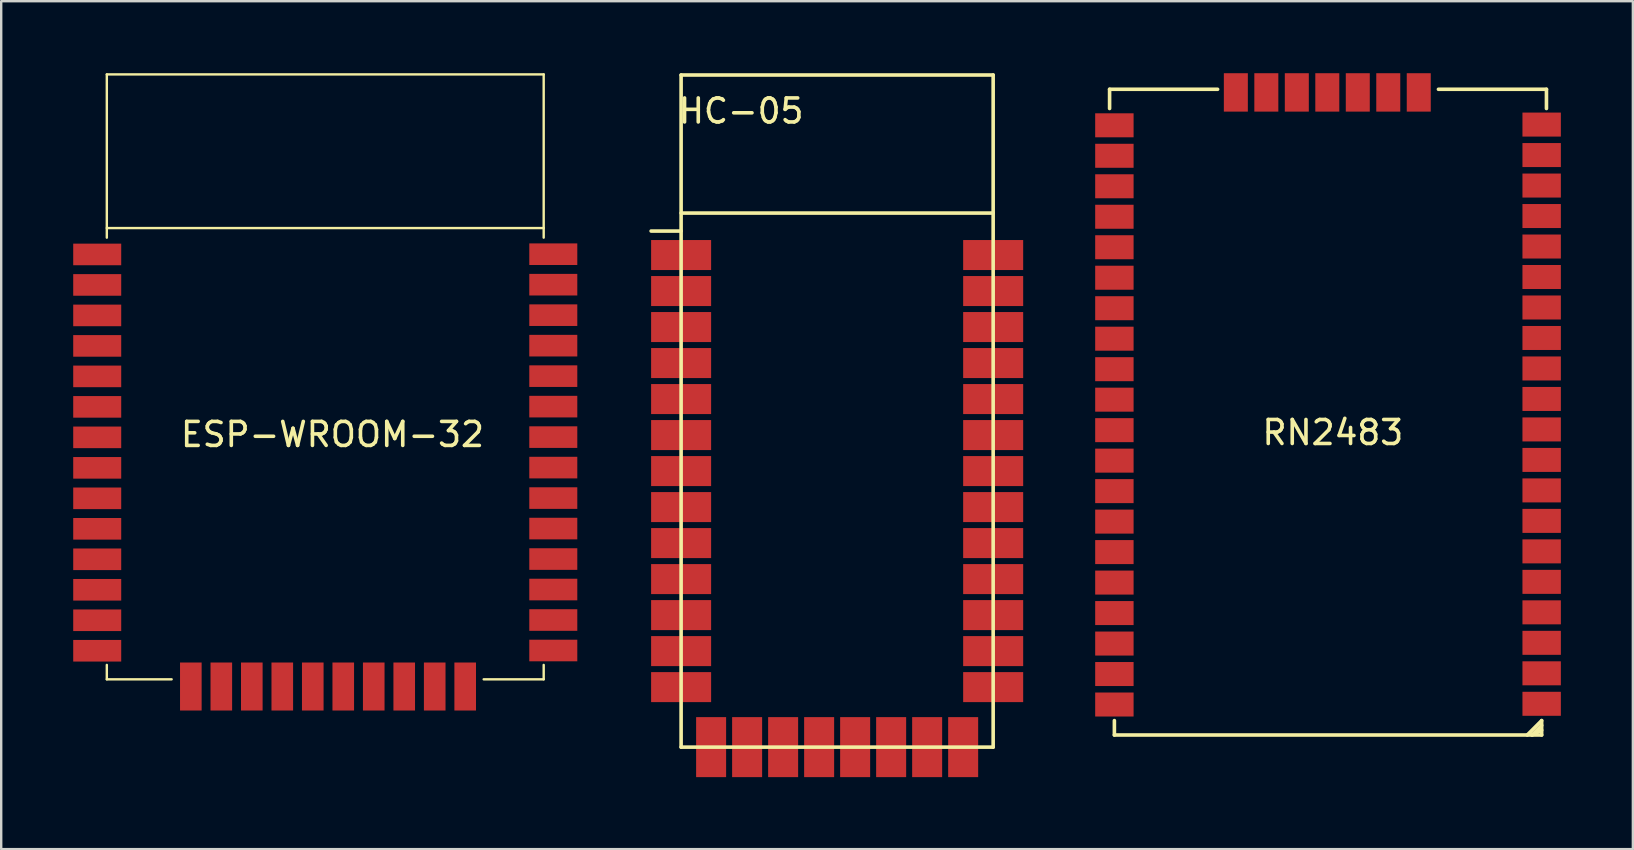
<source format=kicad_pcb>
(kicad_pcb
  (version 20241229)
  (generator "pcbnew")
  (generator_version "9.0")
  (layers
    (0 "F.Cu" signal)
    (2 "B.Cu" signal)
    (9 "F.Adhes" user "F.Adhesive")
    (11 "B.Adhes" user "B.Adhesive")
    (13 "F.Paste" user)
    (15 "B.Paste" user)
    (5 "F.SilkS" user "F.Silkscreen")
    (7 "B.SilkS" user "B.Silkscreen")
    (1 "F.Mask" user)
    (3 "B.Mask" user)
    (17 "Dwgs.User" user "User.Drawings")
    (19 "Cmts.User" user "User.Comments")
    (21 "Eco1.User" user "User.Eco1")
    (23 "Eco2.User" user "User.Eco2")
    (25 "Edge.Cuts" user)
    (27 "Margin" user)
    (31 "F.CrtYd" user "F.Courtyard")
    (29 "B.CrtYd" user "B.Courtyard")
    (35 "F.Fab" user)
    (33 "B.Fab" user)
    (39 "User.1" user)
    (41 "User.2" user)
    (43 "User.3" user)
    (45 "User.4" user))
  (footprint "ESP-WROOM-32"
    (layer "F.Cu")
    (at 10.6 14.95)
    (property "Reference" "ESP-WROOM-32" (at 0.2 0.1 0) (layer "F.SilkS") (effects (font (size 1 1) (thickness 0.15))))
    (attr through_hole)
    (fp_line (start -9.2 -14.9) (end 9 -14.9) (stroke (width 0.1) (type solid)) (layer "F.SilkS"))
    (fp_line (start -9.2 -8.5) (end 9 -8.5) (stroke (width 0.1) (type solid)) (layer "F.SilkS"))
    (fp_line (start -9.2 -8.099) (end -9.2 -14.9) (stroke (width 0.1) (type solid)) (layer "F.SilkS"))
    (fp_line (start -9.2 9.7) (end -9.2 10.3) (stroke (width 0.1) (type solid)) (layer "F.SilkS"))
    (fp_line (start -9.2 10.3) (end -6.5 10.3) (stroke (width 0.1) (type solid)) (layer "F.SilkS"))
    (fp_line (start 9 -14.9) (end 9 -8.1) (stroke (width 0.1) (type solid)) (layer "F.SilkS"))
    (fp_line (start 9 9.7) (end 9 10.3) (stroke (width 0.1) (type solid)) (layer "F.SilkS"))
    (fp_line (start 9 10.3) (end 6.5 10.3) (stroke (width 0.1) (type solid)) (layer "F.SilkS"))
    (pad "1" smd rect (at -9.6 -7.4) (size 2 0.9) (layers "F.Cu" "F.Mask" "F.Paste"))
    (pad "2" smd rect (at -9.6 -6.13) (size 2 0.9) (layers "F.Cu" "F.Mask" "F.Paste"))
    (pad "3" smd rect (at -9.6 -4.86) (size 2 0.9) (layers "F.Cu" "F.Mask" "F.Paste"))
    (pad "4" smd rect (at -9.6 -3.59) (size 2 0.9) (layers "F.Cu" "F.Mask" "F.Paste"))
    (pad "5" smd rect (at -9.6 -2.32) (size 2 0.9) (layers "F.Cu" "F.Mask" "F.Paste"))
    (pad "6" smd rect (at -9.6 -1.05) (size 2 0.9) (layers "F.Cu" "F.Mask" "F.Paste"))
    (pad "7" smd rect (at -9.6 0.22) (size 2 0.9) (layers "F.Cu" "F.Mask" "F.Paste"))
    (pad "8" smd rect (at -9.6 1.49) (size 2 0.9) (layers "F.Cu" "F.Mask" "F.Paste"))
    (pad "9" smd rect (at -9.6 2.76) (size 2 0.9) (layers "F.Cu" "F.Mask" "F.Paste"))
    (pad "10" smd rect (at -9.6 4.03) (size 2 0.9) (layers "F.Cu" "F.Mask" "F.Paste"))
    (pad "11" smd rect (at -9.6 5.3) (size 2 0.9) (layers "F.Cu" "F.Mask" "F.Paste"))
    (pad "12" smd rect (at -9.6 6.57) (size 2 0.9) (layers "F.Cu" "F.Mask" "F.Paste"))
    (pad "13" smd rect (at -9.6 7.84) (size 2 0.9) (layers "F.Cu" "F.Mask" "F.Paste"))
    (pad "14" smd rect (at -9.6 9.11) (size 2 0.9) (layers "F.Cu" "F.Mask" "F.Paste"))
    (pad "15" smd rect (at -5.7 10.6 90) (size 2 0.9) (layers "F.Cu" "F.Mask" "F.Paste"))
    (pad "16" smd rect (at -4.43 10.6 90) (size 2 0.9) (layers "F.Cu" "F.Mask" "F.Paste"))
    (pad "17" smd rect (at -3.16 10.6 90) (size 2 0.9) (layers "F.Cu" "F.Mask" "F.Paste"))
    (pad "18" smd rect (at -1.89 10.6 90) (size 2 0.9) (layers "F.Cu" "F.Mask" "F.Paste"))
    (pad "19" smd rect (at -0.62 10.6 90) (size 2 0.9) (layers "F.Cu" "F.Mask" "F.Paste"))
    (pad "20" smd rect (at 0.65 10.6 90) (size 2 0.9) (layers "F.Cu" "F.Mask" "F.Paste"))
    (pad "21" smd rect (at 1.92 10.6 90) (size 2 0.9) (layers "F.Cu" "F.Mask" "F.Paste"))
    (pad "22" smd rect (at 3.19 10.6 90) (size 2 0.9) (layers "F.Cu" "F.Mask" "F.Paste"))
    (pad "23" smd rect (at 4.46 10.6 90) (size 2 0.9) (layers "F.Cu" "F.Mask" "F.Paste"))
    (pad "24" smd rect (at 5.73 10.6 90) (size 2 0.9) (layers "F.Cu" "F.Mask" "F.Paste"))
    (pad "25" smd rect (at 9.4 9.1) (size 2 0.9) (layers "F.Cu" "F.Mask" "F.Paste"))
    (pad "26" smd rect (at 9.4 7.83) (size 2 0.9) (layers "F.Cu" "F.Mask" "F.Paste"))
    (pad "27" smd rect (at 9.4 6.56) (size 2 0.9) (layers "F.Cu" "F.Mask" "F.Paste"))
    (pad "28" smd rect (at 9.4 5.29) (size 2 0.9) (layers "F.Cu" "F.Mask" "F.Paste"))
    (pad "29" smd rect (at 9.4 4.02) (size 2 0.9) (layers "F.Cu" "F.Mask" "F.Paste"))
    (pad "30" smd rect (at 9.4 2.75) (size 2 0.9) (layers "F.Cu" "F.Mask" "F.Paste"))
    (pad "31" smd rect (at 9.4 1.48) (size 2 0.9) (layers "F.Cu" "F.Mask" "F.Paste"))
    (pad "32" smd rect (at 9.4 0.21) (size 2 0.9) (layers "F.Cu" "F.Mask" "F.Paste"))
    (pad "33" smd rect (at 9.4 -1.06) (size 2 0.9) (layers "F.Cu" "F.Mask" "F.Paste"))
    (pad "34" smd rect (at 9.4 -2.33) (size 2 0.9) (layers "F.Cu" "F.Mask" "F.Paste"))
    (pad "35" smd rect (at 9.4 -3.6) (size 2 0.9) (layers "F.Cu" "F.Mask" "F.Paste"))
    (pad "36" smd rect (at 9.4 -4.87) (size 2 0.9) (layers "F.Cu" "F.Mask" "F.Paste"))
    (pad "37" smd rect (at 9.4 -6.14) (size 2 0.9) (layers "F.Cu" "F.Mask" "F.Paste"))
    (pad "38" smd rect (at 9.4 -7.41) (size 2 0.9) (layers "F.Cu" "F.Mask" "F.Paste")))
  (footprint "RN2483"
    (layer "F.Cu")
    (at 52.175 14.27)
    (property "Reference" "RN2483" (at 0.3 0.7 0) (layer "F.SilkS") (effects (font (size 1 1) (thickness 0.15))))
    (attr through_hole)
    (fp_line (start -9 -13.6) (end -4.5 -13.6) (stroke (width 0.15) (type solid)) (layer "F.SilkS"))
    (fp_line (start -9 -12.8) (end -9 -13.6) (stroke (width 0.15) (type solid)) (layer "F.SilkS"))
    (fp_line (start -8.8 12.7) (end -8.8 13.3) (stroke (width 0.15) (type solid)) (layer "F.SilkS"))
    (fp_line (start -8.8 13.3) (end 9 13.3) (stroke (width 0.15) (type solid)) (layer "F.SilkS"))
    (fp_line (start 8.6 13.3) (end 9 13.1) (stroke (width 0.15) (type solid)) (layer "F.SilkS"))
    (fp_line (start 9 12.7) (end 8.4 13.3) (stroke (width 0.15) (type solid)) (layer "F.SilkS"))
    (fp_line (start 9 12.9) (end 8.6 13.3) (stroke (width 0.15) (type solid)) (layer "F.SilkS"))
    (fp_line (start 9 13.3) (end 9 12.7) (stroke (width 0.15) (type solid)) (layer "F.SilkS"))
    (fp_line (start 9.2 -13.6) (end 4.7 -13.6) (stroke (width 0.15) (type solid)) (layer "F.SilkS"))
    (fp_line (start 9.2 -13.6) (end 9.2 -12.8) (stroke (width 0.15) (type solid)) (layer "F.SilkS"))
    (pad "1" smd rect (at 9 12) (size 1.6 1) (layers "F.Cu" "F.Mask" "F.Paste"))
    (pad "2" smd rect (at 9 10.73) (size 1.6 1) (layers "F.Cu" "F.Mask" "F.Paste"))
    (pad "3" smd rect (at 9 9.46) (size 1.6 1) (layers "F.Cu" "F.Mask" "F.Paste"))
    (pad "4" smd rect (at 9 8.19) (size 1.6 1) (layers "F.Cu" "F.Mask" "F.Paste"))
    (pad "5" smd rect (at 9 6.92) (size 1.6 1) (layers "F.Cu" "F.Mask" "F.Paste"))
    (pad "6" smd rect (at 9 5.65) (size 1.6 1) (layers "F.Cu" "F.Mask" "F.Paste"))
    (pad "7" smd rect (at 9 4.38) (size 1.6 1) (layers "F.Cu" "F.Mask" "F.Paste"))
    (pad "8" smd rect (at 9 3.11) (size 1.6 1) (layers "F.Cu" "F.Mask" "F.Paste"))
    (pad "9" smd rect (at 9 1.84) (size 1.6 1) (layers "F.Cu" "F.Mask" "F.Paste"))
    (pad "10" smd rect (at 9 0.57) (size 1.6 1) (layers "F.Cu" "F.Mask" "F.Paste"))
    (pad "11" smd rect (at 9 -0.7) (size 1.6 1) (layers "F.Cu" "F.Mask" "F.Paste"))
    (pad "12" smd rect (at 9 -1.97) (size 1.6 1) (layers "F.Cu" "F.Mask" "F.Paste"))
    (pad "13" smd rect (at 9 -3.24) (size 1.6 1) (layers "F.Cu" "F.Mask" "F.Paste"))
    (pad "14" smd rect (at 9 -4.51) (size 1.6 1) (layers "F.Cu" "F.Mask" "F.Paste"))
    (pad "15" smd rect (at 9 -5.78) (size 1.6 1) (layers "F.Cu" "F.Mask" "F.Paste"))
    (pad "16" smd rect (at 9 -7.05) (size 1.6 1) (layers "F.Cu" "F.Mask" "F.Paste"))
    (pad "17" smd rect (at 9 -8.32) (size 1.6 1) (layers "F.Cu" "F.Mask" "F.Paste"))
    (pad "18" smd rect (at 9 -9.59) (size 1.6 1) (layers "F.Cu" "F.Mask" "F.Paste"))
    (pad "19" smd rect (at 9 -10.86) (size 1.6 1) (layers "F.Cu" "F.Mask" "F.Paste"))
    (pad "20" smd rect (at 9 -12.13) (size 1.6 1) (layers "F.Cu" "F.Mask" "F.Paste"))
    (pad "21" smd rect (at 3.88 -13.47 90) (size 1.6 1) (layers "F.Cu" "F.Mask" "F.Paste"))
    (pad "22" smd rect (at 2.61 -13.47 90) (size 1.6 1) (layers "F.Cu" "F.Mask" "F.Paste"))
    (pad "23" smd rect (at 1.34 -13.47 90) (size 1.6 1) (layers "F.Cu" "F.Mask" "F.Paste"))
    (pad "24" smd rect (at 0.07 -13.47 90) (size 1.6 1) (layers "F.Cu" "F.Mask" "F.Paste"))
    (pad "25" smd rect (at -1.2 -13.47 90) (size 1.6 1) (layers "F.Cu" "F.Mask" "F.Paste"))
    (pad "26" smd rect (at -2.47 -13.47 90) (size 1.6 1) (layers "F.Cu" "F.Mask" "F.Paste"))
    (pad "27" smd rect (at -3.74 -13.47 90) (size 1.6 1) (layers "F.Cu" "F.Mask" "F.Paste"))
    (pad "28" smd rect (at -8.8 -12.1 180) (size 1.6 1) (layers "F.Cu" "F.Mask" "F.Paste"))
    (pad "29" smd rect (at -8.8 -10.83 180) (size 1.6 1) (layers "F.Cu" "F.Mask" "F.Paste"))
    (pad "30" smd rect (at -8.8 -9.56 180) (size 1.6 1) (layers "F.Cu" "F.Mask" "F.Paste"))
    (pad "31" smd rect (at -8.8 -8.29 180) (size 1.6 1) (layers "F.Cu" "F.Mask" "F.Paste"))
    (pad "32" smd rect (at -8.8 -7.02 180) (size 1.6 1) (layers "F.Cu" "F.Mask" "F.Paste"))
    (pad "33" smd rect (at -8.8 -5.75 180) (size 1.6 1) (layers "F.Cu" "F.Mask" "F.Paste"))
    (pad "34" smd rect (at -8.8 -4.48 180) (size 1.6 1) (layers "F.Cu" "F.Mask" "F.Paste"))
    (pad "35" smd rect (at -8.8 -3.21 180) (size 1.6 1) (layers "F.Cu" "F.Mask" "F.Paste"))
    (pad "36" smd rect (at -8.8 -1.94 180) (size 1.6 1) (layers "F.Cu" "F.Mask" "F.Paste"))
    (pad "37" smd rect (at -8.8 -0.67 180) (size 1.6 1) (layers "F.Cu" "F.Mask" "F.Paste"))
    (pad "38" smd rect (at -8.8 0.6 180) (size 1.6 1) (layers "F.Cu" "F.Mask" "F.Paste"))
    (pad "39" smd rect (at -8.8 1.87 180) (size 1.6 1) (layers "F.Cu" "F.Mask" "F.Paste"))
    (pad "40" smd rect (at -8.8 3.14 180) (size 1.6 1) (layers "F.Cu" "F.Mask" "F.Paste"))
    (pad "41" smd rect (at -8.8 4.41 180) (size 1.6 1) (layers "F.Cu" "F.Mask" "F.Paste"))
    (pad "42" smd rect (at -8.8 5.68 180) (size 1.6 1) (layers "F.Cu" "F.Mask" "F.Paste"))
    (pad "43" smd rect (at -8.8 6.95 180) (size 1.6 1) (layers "F.Cu" "F.Mask" "F.Paste"))
    (pad "44" smd rect (at -8.8 8.22 180) (size 1.6 1) (layers "F.Cu" "F.Mask" "F.Paste"))
    (pad "45" smd rect (at -8.8 9.49 180) (size 1.6 1) (layers "F.Cu" "F.Mask" "F.Paste"))
    (pad "46" smd rect (at -8.8 10.76 180) (size 1.6 1) (layers "F.Cu" "F.Mask" "F.Paste"))
    (pad "47" smd rect (at -8.8 12.03 180) (size 1.6 1) (layers "F.Cu" "F.Mask" "F.Paste")))
  (footprint "HC-05"
    (layer "F.Cu")
    (at 31.825 16.075)
    (property "Reference" "HC-05" (at -4 -14.5 0) (layer "F.SilkS") (effects (font (size 1 1) (thickness 0.15))))
    (attr through_hole)
    (fp_line (start -6.5 -16) (end 6.5 -16) (stroke (width 0.15) (type solid)) (layer "F.SilkS"))
    (fp_line (start -6.5 -10.25) (end 6.5 -10.25) (stroke (width 0.15) (type solid)) (layer "F.SilkS"))
    (fp_line (start -6.5 -9.5) (end -7.75 -9.5) (stroke (width 0.15) (type solid)) (layer "F.SilkS"))
    (fp_line (start -6.5 12) (end -6.5 -16) (stroke (width 0.15) (type solid)) (layer "F.SilkS"))
    (fp_line (start 6.5 -16) (end 6.5 12) (stroke (width 0.15) (type solid)) (layer "F.SilkS"))
    (fp_line (start 6.5 12) (end -6.5 12) (stroke (width 0.15) (type solid)) (layer "F.SilkS"))
    (pad "1" smd rect (at -6.5 -8.5) (size 2.5 1.25) (layers "F.Cu" "F.Mask" "F.Paste"))
    (pad "2" smd rect (at -6.5 -7) (size 2.5 1.25) (layers "F.Cu" "F.Mask" "F.Paste"))
    (pad "3" smd rect (at -6.5 -5.5) (size 2.5 1.25) (layers "F.Cu" "F.Mask" "F.Paste"))
    (pad "4" smd rect (at -6.5 -4) (size 2.5 1.25) (layers "F.Cu" "F.Mask" "F.Paste"))
    (pad "5" smd rect (at -6.5 -2.5) (size 2.5 1.25) (layers "F.Cu" "F.Mask" "F.Paste"))
    (pad "6" smd rect (at -6.5 -1) (size 2.5 1.25) (layers "F.Cu" "F.Mask" "F.Paste"))
    (pad "7" smd rect (at -6.5 0.5) (size 2.5 1.25) (layers "F.Cu" "F.Mask" "F.Paste"))
    (pad "8" smd rect (at -6.5 2) (size 2.5 1.25) (layers "F.Cu" "F.Mask" "F.Paste"))
    (pad "9" smd rect (at -6.5 3.5) (size 2.5 1.25) (layers "F.Cu" "F.Mask" "F.Paste"))
    (pad "10" smd rect (at -6.5 5) (size 2.5 1.25) (layers "F.Cu" "F.Mask" "F.Paste"))
    (pad "11" smd rect (at -6.5 6.5) (size 2.5 1.25) (layers "F.Cu" "F.Mask" "F.Paste"))
    (pad "12" smd rect (at -6.5 8) (size 2.5 1.25) (layers "F.Cu" "F.Mask" "F.Paste"))
    (pad "13" smd rect (at -6.5 9.5) (size 2.5 1.25) (layers "F.Cu" "F.Mask" "F.Paste"))
    (pad "14" smd rect (at -5.25 12 90) (size 2.5 1.25) (layers "F.Cu" "F.Mask" "F.Paste"))
    (pad "15" smd rect (at -3.75 12 90) (size 2.5 1.25) (layers "F.Cu" "F.Mask" "F.Paste"))
    (pad "16" smd rect (at -2.25 12 90) (size 2.5 1.25) (layers "F.Cu" "F.Mask" "F.Paste"))
    (pad "17" smd rect (at -0.75 12 90) (size 2.5 1.25) (layers "F.Cu" "F.Mask" "F.Paste"))
    (pad "18" smd rect (at 0.75 12 90) (size 2.5 1.25) (layers "F.Cu" "F.Mask" "F.Paste"))
    (pad "19" smd rect (at 2.25 12 90) (size 2.5 1.25) (layers "F.Cu" "F.Mask" "F.Paste"))
    (pad "20" smd rect (at 3.75 12 90) (size 2.5 1.25) (layers "F.Cu" "F.Mask" "F.Paste"))
    (pad "21" smd rect (at 5.25 12 90) (size 2.5 1.25) (layers "F.Cu" "F.Mask" "F.Paste"))
    (pad "22" smd rect (at 6.5 9.5) (size 2.5 1.25) (layers "F.Cu" "F.Mask" "F.Paste"))
    (pad "23" smd rect (at 6.5 8) (size 2.5 1.25) (layers "F.Cu" "F.Mask" "F.Paste"))
    (pad "24" smd rect (at 6.5 6.5) (size 2.5 1.25) (layers "F.Cu" "F.Mask" "F.Paste"))
    (pad "25" smd rect (at 6.5 5) (size 2.5 1.25) (layers "F.Cu" "F.Mask" "F.Paste"))
    (pad "26" smd rect (at 6.5 3.5) (size 2.5 1.25) (layers "F.Cu" "F.Mask" "F.Paste"))
    (pad "27" smd rect (at 6.5 2) (size 2.5 1.25) (layers "F.Cu" "F.Mask" "F.Paste"))
    (pad "28" smd rect (at 6.5 0.5) (size 2.5 1.25) (layers "F.Cu" "F.Mask" "F.Paste"))
    (pad "29" smd rect (at 6.5 -1) (size 2.5 1.25) (layers "F.Cu" "F.Mask" "F.Paste"))
    (pad "30" smd rect (at 6.5 -2.5) (size 2.5 1.25) (layers "F.Cu" "F.Mask" "F.Paste"))
    (pad "31" smd rect (at 6.5 -4) (size 2.5 1.25) (layers "F.Cu" "F.Mask" "F.Paste"))
    (pad "32" smd rect (at 6.5 -5.5) (size 2.5 1.25) (layers "F.Cu" "F.Mask" "F.Paste"))
    (pad "33" smd rect (at 6.5 -7) (size 2.5 1.25) (layers "F.Cu" "F.Mask" "F.Paste"))
    (pad "34" smd rect (at 6.5 -8.5) (size 2.5 1.25) (layers "F.Cu" "F.Mask" "F.Paste")))
  (gr_rect
    (start -3 -3)
    (end 64.975 32.325)
    (stroke (width 0.1) (type default))
    (fill no)
    (layer "Edge.Cuts")))
</source>
